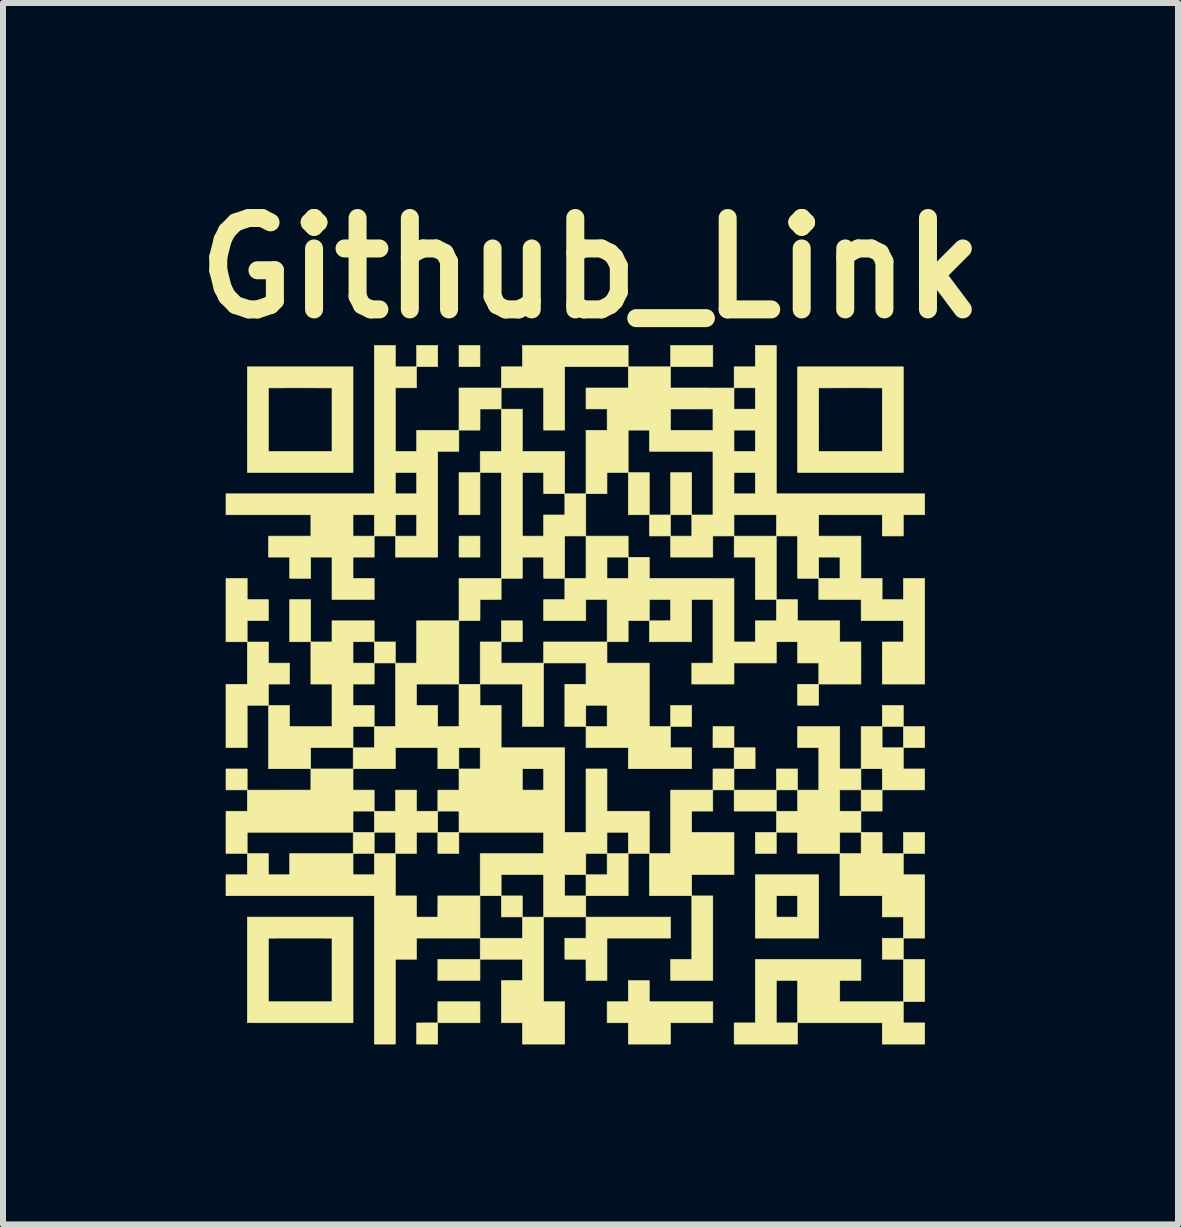
<source format=kicad_pcb>
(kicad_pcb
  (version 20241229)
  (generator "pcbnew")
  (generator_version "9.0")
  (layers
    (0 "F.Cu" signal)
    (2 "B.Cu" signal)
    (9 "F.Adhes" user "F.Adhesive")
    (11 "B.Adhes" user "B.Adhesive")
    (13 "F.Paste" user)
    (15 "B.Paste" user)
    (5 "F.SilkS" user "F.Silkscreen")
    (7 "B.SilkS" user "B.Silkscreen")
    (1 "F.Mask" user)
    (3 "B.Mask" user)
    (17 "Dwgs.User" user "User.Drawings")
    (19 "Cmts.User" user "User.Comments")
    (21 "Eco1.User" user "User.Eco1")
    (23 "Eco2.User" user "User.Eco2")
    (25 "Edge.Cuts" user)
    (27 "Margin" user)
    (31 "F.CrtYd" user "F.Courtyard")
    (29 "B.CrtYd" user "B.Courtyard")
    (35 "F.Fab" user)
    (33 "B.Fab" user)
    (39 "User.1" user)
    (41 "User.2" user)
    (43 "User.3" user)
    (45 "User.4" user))
  (footprint "Github_Link"
    (layer "F.Cu")
    (at 6.539 8.53)
    (property "Reference" "Github_Link" (at 0.254 -7.112 0) (layer "F.SilkS") (effects (font (size 1.524 1.524) (thickness 0.3))))
    (attr through_hole)
    (fp_poly (pts (xy -5.469 1.586) (xy -5.822 1.586) (xy -5.822 1.237) (xy -5.469 1.237) (xy -5.469 1.586)) (stroke (width 0.01) (type solid)) (fill yes) (layer "F.SilkS"))
    (fp_poly (pts (xy -4.411 -0.883) (xy -4.76 -0.883) (xy -4.76 -1.585) (xy -4.411 -1.585) (xy -4.411 -0.883)) (stroke (width 0.01) (type solid)) (fill yes) (layer "F.SilkS"))
    (fp_poly (pts (xy -3 -0.53) (xy -3.349 -0.53) (xy -3.349 -0.88) (xy -3 -0.88) (xy -3 -0.53)) (stroke (width 0.01) (type solid)) (fill yes) (layer "F.SilkS"))
    (fp_poly (pts (xy -1.589 -5.469) (xy -1.938 -5.469) (xy -1.938 -5.822) (xy -1.589 -5.822) (xy -1.589 -5.469)) (stroke (width 0.01) (type solid)) (fill yes) (layer "F.SilkS"))
    (fp_poly (pts (xy -1.589 -3) (xy -1.938 -3) (xy -1.938 -3.702) (xy -1.589 -3.702) (xy -1.589 -3)) (stroke (width 0.01) (type solid)) (fill yes) (layer "F.SilkS"))
    (fp_poly (pts (xy -1.589 4.761) (xy -2.291 4.761) (xy -2.291 4.412) (xy -1.589 4.412) (xy -1.589 4.761)) (stroke (width 0.01) (type solid)) (fill yes) (layer "F.SilkS"))
    (fp_poly (pts (xy -0.883 -0.883) (xy -1.232 -0.883) (xy -1.232 -1.232) (xy -0.883 -1.232) (xy -0.883 -0.883)) (stroke (width 0.01) (type solid)) (fill yes) (layer "F.SilkS"))
    (fp_poly (pts (xy 1.233 -3) (xy 0.884 -3) (xy 0.884 -3.702) (xy 1.233 -3.702) (xy 1.233 -3)) (stroke (width 0.01) (type solid)) (fill yes) (layer "F.SilkS"))
    (fp_poly (pts (xy 1.586 -2.647) (xy 1.237 -2.647) (xy 1.237 -2.996) (xy 1.586 -2.996) (xy 1.586 -2.647)) (stroke (width 0.01) (type solid)) (fill yes) (layer "F.SilkS"))
    (fp_poly (pts (xy 1.939 -3) (xy 1.59 -3) (xy 1.59 -3.702) (xy 1.939 -3.702) (xy 1.939 -3)) (stroke (width 0.01) (type solid)) (fill yes) (layer "F.SilkS"))
    (fp_poly (pts (xy 1.939 0.528) (xy 1.59 0.528) (xy 1.59 0.179) (xy 1.939 0.179) (xy 1.939 0.528)) (stroke (width 0.01) (type solid)) (fill yes) (layer "F.SilkS"))
    (fp_poly (pts (xy 2.292 -5.469) (xy 1.59 -5.469) (xy 1.59 -5.822) (xy 2.292 -5.822) (xy 2.292 -5.469)) (stroke (width 0.01) (type solid)) (fill yes) (layer "F.SilkS"))
    (fp_poly (pts (xy 2.645 1.586) (xy 2.295 1.586) (xy 2.295 1.237) (xy 2.645 1.237) (xy 2.645 1.586)) (stroke (width 0.01) (type solid)) (fill yes) (layer "F.SilkS"))
    (fp_poly (pts (xy 2.997 1.233) (xy 2.648 1.233) (xy 2.648 0.884) (xy 2.997 0.884) (xy 2.997 1.233)) (stroke (width 0.01) (type solid)) (fill yes) (layer "F.SilkS"))
    (fp_poly (pts (xy 3.35 1.939) (xy 2.648 1.939) (xy 2.648 1.59) (xy 3.35 1.59) (xy 3.35 1.939)) (stroke (width 0.01) (type solid)) (fill yes) (layer "F.SilkS"))
    (fp_poly (pts (xy 3.703 1.586) (xy 3.353 1.586) (xy 3.353 1.237) (xy 3.703 1.237) (xy 3.703 1.586)) (stroke (width 0.01) (type solid)) (fill yes) (layer "F.SilkS"))
    (fp_poly (pts (xy 4.056 0.175) (xy 3.706 0.175) (xy 3.706 -0.174) (xy 4.056 -0.174) (xy 4.056 0.175)) (stroke (width 0.01) (type solid)) (fill yes) (layer "F.SilkS"))
    (fp_poly (pts (xy 5.114 1.939) (xy 4.765 1.939) (xy 4.765 1.59) (xy 5.114 1.59) (xy 5.114 1.939)) (stroke (width 0.01) (type solid)) (fill yes) (layer "F.SilkS"))
    (fp_poly (pts (xy 5.467 0.528) (xy 5.117 0.528) (xy 5.117 0.179) (xy 5.467 0.179) (xy 5.467 0.528)) (stroke (width 0.01) (type solid)) (fill yes) (layer "F.SilkS"))
    (fp_poly (pts (xy 5.467 4.408) (xy 5.117 4.408) (xy 5.117 4.059) (xy 5.467 4.059) (xy 5.467 4.408)) (stroke (width 0.01) (type solid)) (fill yes) (layer "F.SilkS"))
    (fp_poly (pts (xy 5.823 0.881) (xy 5.47 0.881) (xy 5.47 0.531) (xy 5.823 0.531) (xy 5.823 0.881)) (stroke (width 0.01) (type solid)) (fill yes) (layer "F.SilkS"))
    (fp_poly (pts (xy 5.823 5.114) (xy 5.47 5.114) (xy 5.47 4.412) (xy 5.823 4.412) (xy 5.823 5.114)) (stroke (width 0.01) (type solid)) (fill yes) (layer "F.SilkS"))
    (fp_poly (pts (xy -2.294 5.823) (xy -2.644 5.823) (xy -2.644 5.647) (xy -2.644 5.471) (xy -2.469 5.47) (xy -2.294 5.47) (xy -2.294 5.823)) (stroke (width 0.01) (type solid)) (fill yes) (layer "F.SilkS"))
    (fp_poly (pts (xy -1.589 -2.294) (xy -1.938 -2.294) (xy -1.938 -2.469) (xy -1.937 -2.644) (xy -1.763 -2.644) (xy -1.589 -2.644) (xy -1.589 -2.294)) (stroke (width 0.01) (type solid)) (fill yes) (layer "F.SilkS"))
    (fp_poly (pts (xy -1.058 3.353) (xy -0.883 3.353) (xy -0.883 3.528) (xy -0.883 3.703) (xy -1.232 3.703) (xy -1.232 3.353) (xy -1.058 3.353)) (stroke (width 0.01) (type solid)) (fill yes) (layer "F.SilkS"))
    (fp_poly (pts (xy 0.881 3.35) (xy 0.179 3.35) (xy 0.179 3.001) (xy 0.531 3.001) (xy 0.531 2.648) (xy 0.881 2.648) (xy 0.881 3.35)) (stroke (width 0.01) (type solid)) (fill yes) (layer "F.SilkS"))
    (fp_poly (pts (xy 3.35 2.47) (xy 3.35 2.645) (xy 3.175 2.645) (xy 3.001 2.645) (xy 3.001 2.295) (xy 3.35 2.295) (xy 3.35 2.47)) (stroke (width 0.01) (type solid)) (fill yes) (layer "F.SilkS"))
    (fp_poly (pts (xy -5.469 -1.585) (xy -5.116 -1.585) (xy -5.116 -1.236) (xy -5.469 -1.236) (xy -5.469 -0.883) (xy -5.822 -0.883) (xy -5.822 -1.938) (xy -5.469 -1.938) (xy -5.469 -1.585)) (stroke (width 0.01) (type solid)) (fill yes) (layer "F.SilkS"))
    (fp_poly (pts (xy -1.236 -4.764) (xy -1.412 -4.763) (xy -1.588 -4.763) (xy -1.588 -4.587) (xy -1.589 -4.411) (xy -1.938 -4.411) (xy -1.938 -5.113) (xy -1.236 -5.113) (xy -1.236 -4.764)) (stroke (width 0.01) (type solid)) (fill yes) (layer "F.SilkS"))
    (fp_poly (pts (xy -1.236 -1.589) (xy -1.412 -1.588) (xy -1.588 -1.588) (xy -1.588 -1.412) (xy -1.589 -1.236) (xy -1.938 -1.236) (xy -1.938 -1.938) (xy -1.236 -1.938) (xy -1.236 -1.589)) (stroke (width 0.01) (type solid)) (fill yes) (layer "F.SilkS"))
    (fp_poly (pts (xy 3.35 -2.116) (xy 3.35 -1.589) (xy 3.001 -1.589) (xy 3.001 -2.294) (xy 2.648 -2.294) (xy 2.648 -2.469) (xy 2.649 -2.644) (xy 3.35 -2.644) (xy 3.35 -2.116)) (stroke (width 0.01) (type solid)) (fill yes) (layer "F.SilkS"))
    (fp_poly (pts (xy 5.114 0.884) (xy 5.467 0.884) (xy 5.467 1.237) (xy 5.823 1.237) (xy 5.823 1.586) (xy 5.117 1.586) (xy 5.117 1.233) (xy 4.765 1.233) (xy 4.765 0.531) (xy 5.114 0.531) (xy 5.114 0.884)) (stroke (width 0.01) (type solid)) (fill yes) (layer "F.SilkS"))
    (fp_poly (pts (xy 4.056 3.528) (xy 4.056 4.056) (xy 3.528 4.056) (xy 3.001 4.056) (xy 3.001 3.35) (xy 3.35 3.35) (xy 3.35 3.706) (xy 3.706 3.706) (xy 3.706 3.35) (xy 3.35 3.35) (xy 3.001 3.35) (xy 3.001 3.001) (xy 4.056 3.001) (xy 4.056 3.528)) (stroke (width 0.01) (type solid)) (fill yes) (layer "F.SilkS"))
    (fp_poly (pts (xy 2.292 1.939) (xy 1.939 1.939) (xy 1.939 2.295) (xy 2.292 2.295) (xy 2.645 2.296) (xy 2.645 2.646) (xy 2.645 2.997) (xy 1.939 2.997) (xy 1.939 3.35) (xy 1.237 3.35) (xy 1.237 2.648) (xy 1.59 2.648) (xy 1.59 1.59) (xy 2.292 1.59) (xy 2.292 1.939)) (stroke (width 0.01) (type solid)) (fill yes) (layer "F.SilkS"))
    (fp_poly (pts (xy -2.647 1.942) (xy -2.47 1.942) (xy -2.294 1.942) (xy -2.294 2.117) (xy -2.294 2.292) (xy -2.647 2.292) (xy -2.647 2.469) (xy -2.647 2.645) (xy -2.822 2.645) (xy -2.996 2.645) (xy -2.996 2.292) (xy -3.349 2.292) (xy -3.349 1.942) (xy -2.996 1.942) (xy -2.996 1.59) (xy -2.647 1.59) (xy -2.647 1.942)) (stroke (width 0.01) (type solid)) (fill yes) (layer "F.SilkS"))
    (fp_poly (pts (xy -3.705 1.59) (xy -3.352 1.59) (xy -3.352 1.764) (xy -3.352 1.939) (xy -3.528 1.939) (xy -3.705 1.939) (xy -3.705 2.292) (xy -5.469 2.292) (xy -5.469 2.469) (xy -5.469 2.645) (xy -5.645 2.645) (xy -5.822 2.645) (xy -5.822 1.942) (xy -5.466 1.942) (xy -5.466 1.766) (xy -5.466 1.59) (xy -4.408 1.589) (xy -4.407 1.413) (xy -4.407 1.237) (xy -3.705 1.237) (xy -3.705 1.59)) (stroke (width 0.01) (type solid)) (fill yes) (layer "F.SilkS"))
    (fp_poly (pts (xy -1.236 -0.527) (xy -0.53 -0.527) (xy -0.53 0.000317) (xy -0.53 0.528) (xy -0.705 0.528) (xy -0.88 0.528) (xy -0.88 0.352) (xy -0.88 0.327) (xy -0.88 0.3) (xy -0.88 0.27) (xy -0.88 0.24) (xy -0.88 0.209) (xy -0.88 0.177) (xy -0.88 0.146) (xy -0.88 0.114) (xy -0.88 0.084) (xy -0.88 0.055) (xy -0.88 0.027) (xy -0.88 0.001) (xy -0.88 -0.001) (xy -0.88 -0.178) (xy -1.585 -0.178) (xy -1.585 -0.88) (xy -1.236 -0.88) (xy -1.236 -0.527)) (stroke (width 0.01) (type solid)) (fill yes) (layer "F.SilkS"))
    (fp_poly (pts (xy 0.881 -5.469) (xy -0.178 -5.469) (xy -0.178 -4.411) (xy -0.527 -4.411) (xy -0.527 -5.116) (xy -0.704 -5.116) (xy -0.729 -5.116) (xy -0.757 -5.116) (xy -0.786 -5.116) (xy -0.816 -5.116) (xy -0.847 -5.116) (xy -0.879 -5.116) (xy -0.91 -5.116) (xy -0.942 -5.116) (xy -0.972 -5.116) (xy -1.001 -5.116) (xy -1.028 -5.116) (xy -1.054 -5.116) (xy -1.056 -5.116) (xy -1.232 -5.116) (xy -1.232 -5.466) (xy -0.88 -5.466) (xy -0.88 -5.822) (xy 0.881 -5.822) (xy 0.881 -5.469)) (stroke (width 0.01) (type solid)) (fill yes) (layer "F.SilkS"))
    (fp_poly (pts (xy -5.116 -0.703) (xy -5.116 -0.527) (xy -4.764 -0.527) (xy -4.764 -0.178) (xy -5.116 -0.178) (xy -5.116 0.175) (xy -5.469 0.175) (xy -5.469 0.881) (xy -5.822 0.881) (xy -5.822 -0.174) (xy -5.466 -0.174) (xy -5.466 -0.351) (xy -5.466 -0.376) (xy -5.466 -0.404) (xy -5.466 -0.433) (xy -5.466 -0.463) (xy -5.466 -0.494) (xy -5.466 -0.526) (xy -5.466 -0.557) (xy -5.466 -0.589) (xy -5.466 -0.619) (xy -5.466 -0.648) (xy -5.466 -0.676) (xy -5.466 -0.701) (xy -5.466 -0.704) (xy -5.465 -0.879) (xy -5.116 -0.879) (xy -5.116 -0.703)) (stroke (width 0.01) (type solid)) (fill yes) (layer "F.SilkS"))
    (fp_poly (pts (xy 1.586 4.056) (xy 1.233 4.056) (xy 1.201 4.056) (xy 1.168 4.056) (xy 1.135 4.056) (xy 1.102 4.056) (xy 1.068 4.056) (xy 1.035 4.056) (xy 1.001 4.056) (xy 0.969 4.056) (xy 0.793 4.056) (xy 0.769 4.056) (xy 0.747 4.056) (xy 0.727 4.056) (xy 0.709 4.056) (xy 0.705 4.056) (xy 0.528 4.056) (xy 0.528 4.761) (xy 0.179 4.761) (xy 0.179 4.585) (xy 0.178 4.409) (xy 0.002 4.408) (xy -0.174 4.408) (xy -0.174 4.059) (xy 0.179 4.059) (xy 0.179 3.706) (xy 1.586 3.706) (xy 1.586 4.056)) (stroke (width 0.01) (type solid)) (fill yes) (layer "F.SilkS"))
    (fp_poly (pts (xy 2.292 4.057) (xy 2.292 4.761) (xy 1.59 4.761) (xy 1.59 4.412) (xy 1.942 4.412) (xy 1.942 4.235) (xy 1.942 4.218) (xy 1.942 4.198) (xy 1.942 4.177) (xy 1.942 4.153) (xy 1.942 4.127) (xy 1.942 4.1) (xy 1.942 4.071) (xy 1.942 4.042) (xy 1.942 4.011) (xy 1.942 3.979) (xy 1.942 3.946) (xy 1.942 3.913) (xy 1.942 3.88) (xy 1.942 3.846) (xy 1.942 3.812) (xy 1.942 3.779) (xy 1.942 3.746) (xy 1.942 3.714) (xy 1.942 3.706) (xy 1.942 3.353) (xy 2.292 3.353) (xy 2.292 4.057)) (stroke (width 0.01) (type solid)) (fill yes) (layer "F.SilkS"))
    (fp_poly (pts (xy -2.294 -5.469) (xy -2.468 -5.469) (xy -2.489 -5.469) (xy -2.509 -5.469) (xy -2.528 -5.469) (xy -2.547 -5.469) (xy -2.564 -5.469) (xy -2.58 -5.469) (xy -2.594 -5.469) (xy -2.607 -5.469) (xy -2.618 -5.469) (xy -2.628 -5.469) (xy -2.635 -5.469) (xy -2.64 -5.469) (xy -2.643 -5.469) (xy -2.643 -5.469) (xy -2.643 -5.471) (xy -2.643 -5.475) (xy -2.644 -5.481) (xy -2.644 -5.489) (xy -2.644 -5.499) (xy -2.644 -5.511) (xy -2.644 -5.524) (xy -2.644 -5.539) (xy -2.644 -5.556) (xy -2.644 -5.573) (xy -2.644 -5.592) (xy -2.644 -5.612) (xy -2.644 -5.632) (xy -2.644 -5.646) (xy -2.644 -5.822) (xy -2.294 -5.822) (xy -2.294 -5.469)) (stroke (width 0.01) (type solid)) (fill yes) (layer "F.SilkS"))
    (fp_poly (pts (xy 5.823 2.645) (xy 5.647 2.645) (xy 5.626 2.645) (xy 5.606 2.645) (xy 5.587 2.645) (xy 5.568 2.645) (xy 5.551 2.645) (xy 5.535 2.645) (xy 5.521 2.645) (xy 5.508 2.645) (xy 5.496 2.645) (xy 5.487 2.645) (xy 5.48 2.645) (xy 5.474 2.645) (xy 5.471 2.645) (xy 5.471 2.645) (xy 5.471 2.643) (xy 5.471 2.639) (xy 5.47 2.633) (xy 5.47 2.625) (xy 5.47 2.615) (xy 5.47 2.603) (xy 5.47 2.59) (xy 5.47 2.575) (xy 5.47 2.559) (xy 5.47 2.541) (xy 5.47 2.522) (xy 5.47 2.503) (xy 5.47 2.482) (xy 5.47 2.469) (xy 5.47 2.295) (xy 5.823 2.295) (xy 5.823 2.645)) (stroke (width 0.01) (type solid)) (fill yes) (layer "F.SilkS"))
    (fp_poly (pts (xy -3.527 2.295) (xy -3.352 2.296) (xy -3.352 2.645) (xy -3.526 2.645) (xy -3.547 2.645) (xy -3.567 2.645) (xy -3.586 2.645) (xy -3.605 2.645) (xy -3.622 2.645) (xy -3.638 2.645) (xy -3.652 2.645) (xy -3.665 2.645) (xy -3.676 2.645) (xy -3.686 2.645) (xy -3.693 2.645) (xy -3.698 2.645) (xy -3.701 2.645) (xy -3.701 2.645) (xy -3.701 2.643) (xy -3.701 2.639) (xy -3.701 2.633) (xy -3.702 2.625) (xy -3.702 2.615) (xy -3.702 2.603) (xy -3.702 2.59) (xy -3.702 2.575) (xy -3.702 2.559) (xy -3.702 2.541) (xy -3.702 2.522) (xy -3.702 2.503) (xy -3.702 2.482) (xy -3.702 2.469) (xy -3.702 2.295) (xy -3.527 2.295)) (stroke (width 0.01) (type solid)) (fill yes) (layer "F.SilkS"))
    (fp_poly (pts (xy -2.116 2.295) (xy -1.941 2.296) (xy -1.941 2.645) (xy -2.115 2.645) (xy -2.136 2.645) (xy -2.156 2.645) (xy -2.176 2.645) (xy -2.194 2.645) (xy -2.211 2.645) (xy -2.227 2.645) (xy -2.241 2.645) (xy -2.254 2.645) (xy -2.265 2.645) (xy -2.275 2.645) (xy -2.282 2.645) (xy -2.287 2.645) (xy -2.29 2.645) (xy -2.29 2.645) (xy -2.29 2.643) (xy -2.29 2.639) (xy -2.291 2.633) (xy -2.291 2.625) (xy -2.291 2.615) (xy -2.291 2.603) (xy -2.291 2.59) (xy -2.291 2.575) (xy -2.291 2.559) (xy -2.291 2.541) (xy -2.291 2.522) (xy -2.291 2.503) (xy -2.291 2.482) (xy -2.291 2.469) (xy -2.291 2.295) (xy -2.116 2.295)) (stroke (width 0.01) (type solid)) (fill yes) (layer "F.SilkS"))
    (fp_poly (pts (xy 2.645 0.881) (xy 2.47 0.881) (xy 2.445 0.881) (xy 2.422 0.881) (xy 2.401 0.881) (xy 2.383 0.881) (xy 2.367 0.881) (xy 2.352 0.881) (xy 2.34 0.881) (xy 2.329 0.881) (xy 2.32 0.881) (xy 2.313 0.881) (xy 2.307 0.881) (xy 2.302 0.881) (xy 2.299 0.88) (xy 2.297 0.88) (xy 2.296 0.88) (xy 2.295 0.88) (xy 2.295 0.878) (xy 2.295 0.875) (xy 2.295 0.868) (xy 2.295 0.86) (xy 2.295 0.85) (xy 2.295 0.838) (xy 2.295 0.825) (xy 2.295 0.81) (xy 2.295 0.793) (xy 2.295 0.775) (xy 2.295 0.757) (xy 2.295 0.737) (xy 2.295 0.717) (xy 2.295 0.705) (xy 2.296 0.531) (xy 2.645 0.531) (xy 2.645 0.881)) (stroke (width 0.01) (type solid)) (fill yes) (layer "F.SilkS"))
    (fp_poly (pts (xy -0.53 4.235) (xy -0.53 4.274) (xy -0.53 4.312) (xy -0.53 4.351) (xy -0.53 4.39) (xy -0.53 4.428) (xy -0.53 4.466) (xy -0.53 4.504) (xy -0.53 4.541) (xy -0.53 4.577) (xy -0.53 4.612) (xy -0.53 4.647) (xy -0.53 4.68) (xy -0.53 4.713) (xy -0.53 4.744) (xy -0.53 4.773) (xy -0.53 4.801) (xy -0.53 4.828) (xy -0.53 4.852) (xy -0.53 4.875) (xy -0.53 4.895) (xy -0.53 4.913) (xy -0.53 4.929) (xy -0.53 4.941) (xy -0.53 5.117) (xy -0.178 5.117) (xy -0.178 5.823) (xy -0.88 5.823) (xy -0.88 5.467) (xy -1.232 5.467) (xy -1.232 4.765) (xy -0.88 4.765) (xy -0.88 4.408) (xy -1.585 4.408) (xy -1.585 4.059) (xy -0.88 4.059) (xy -0.88 3.883) (xy -0.879 3.706) (xy -0.53 3.706) (xy -0.53 4.235)) (stroke (width 0.01) (type solid)) (fill yes) (layer "F.SilkS"))
    (fp_poly (pts (xy -1.589 5.467) (xy -1.939 5.467) (xy -1.976 5.467) (xy -2.01 5.467) (xy -2.042 5.467) (xy -2.071 5.467) (xy -2.098 5.467) (xy -2.123 5.467) (xy -2.146 5.467) (xy -2.167 5.467) (xy -2.186 5.467) (xy -2.203 5.467) (xy -2.218 5.467) (xy -2.232 5.467) (xy -2.244 5.467) (xy -2.254 5.467) (xy -2.263 5.467) (xy -2.271 5.467) (xy -2.277 5.466) (xy -2.282 5.466) (xy -2.286 5.466) (xy -2.288 5.466) (xy -2.29 5.466) (xy -2.29 5.466) (xy -2.29 5.466) (xy -2.291 5.464) (xy -2.291 5.46) (xy -2.291 5.454) (xy -2.291 5.446) (xy -2.291 5.436) (xy -2.291 5.424) (xy -2.291 5.411) (xy -2.291 5.396) (xy -2.291 5.379) (xy -2.291 5.361) (xy -2.291 5.343) (xy -2.291 5.323) (xy -2.291 5.303) (xy -2.291 5.291) (xy -2.29 5.117) (xy -1.94 5.117) (xy -1.589 5.117) (xy -1.589 5.467)) (stroke (width 0.01) (type solid)) (fill yes) (layer "F.SilkS"))
    (fp_poly (pts (xy 5.114 2.648) (xy 5.467 2.648) (xy 5.467 3.001) (xy 5.823 3.001) (xy 5.823 4.056) (xy 5.647 4.056) (xy 5.626 4.056) (xy 5.606 4.056) (xy 5.587 4.056) (xy 5.568 4.056) (xy 5.551 4.056) (xy 5.535 4.056) (xy 5.521 4.056) (xy 5.508 4.056) (xy 5.496 4.056) (xy 5.487 4.056) (xy 5.48 4.056) (xy 5.474 4.056) (xy 5.471 4.056) (xy 5.471 4.056) (xy 5.471 4.054) (xy 5.471 4.05) (xy 5.47 4.044) (xy 5.47 4.036) (xy 5.47 4.026) (xy 5.47 4.014) (xy 5.47 4.001) (xy 5.47 3.986) (xy 5.47 3.969) (xy 5.47 3.952) (xy 5.47 3.933) (xy 5.47 3.913) (xy 5.47 3.893) (xy 5.47 3.879) (xy 5.47 3.703) (xy 5.294 3.703) (xy 5.117 3.703) (xy 5.117 3.526) (xy 5.117 3.35) (xy 4.412 3.35) (xy 4.412 2.648) (xy 4.765 2.648) (xy 4.765 2.295) (xy 5.114 2.295) (xy 5.114 2.648)) (stroke (width 0.01) (type solid)) (fill yes) (layer "F.SilkS"))
    (fp_poly (pts (xy -5.116 3.001) (xy -4.76 3.001) (xy -4.76 2.648) (xy -3.705 2.648) (xy -3.705 3.001) (xy -3.349 3.001) (xy -3.349 2.648) (xy -3 2.648) (xy -3 3.353) (xy -2.824 3.353) (xy -2.647 3.353) (xy -2.647 3.53) (xy -2.647 3.706) (xy -2.291 3.706) (xy -2.291 3.53) (xy -2.29 3.353) (xy -1.94 3.353) (xy -1.589 3.353) (xy -1.589 4.056) (xy -1.941 4.056) (xy -1.973 4.056) (xy -2.006 4.056) (xy -2.039 4.056) (xy -2.073 4.056) (xy -2.106 4.056) (xy -2.14 4.056) (xy -2.173 4.056) (xy -2.206 4.056) (xy -2.382 4.056) (xy -2.406 4.056) (xy -2.428 4.056) (xy -2.448 4.056) (xy -2.466 4.056) (xy -2.47 4.056) (xy -2.647 4.056) (xy -2.647 4.408) (xy -3 4.408) (xy -3 5.823) (xy -3.349 5.823) (xy -3.349 3.35) (xy -5.822 3.35) (xy -5.822 3.001) (xy -5.466 3.001) (xy -5.466 2.648) (xy -5.116 2.648) (xy -5.116 3.001)) (stroke (width 0.01) (type solid)) (fill yes) (layer "F.SilkS"))
    (fp_poly (pts (xy -0.883 -4.055) (xy -0.706 -4.055) (xy -0.681 -4.055) (xy -0.654 -4.055) (xy -0.625 -4.055) (xy -0.594 -4.055) (xy -0.563 -4.055) (xy -0.531 -4.055) (xy -0.5 -4.055) (xy -0.468 -4.055) (xy -0.438 -4.055) (xy -0.409 -4.055) (xy -0.381 -4.055) (xy -0.356 -4.055) (xy -0.354 -4.055) (xy -0.178 -4.055) (xy -0.178 -3.352) (xy -0.352 -3.352) (xy -0.526 -3.352) (xy -0.527 -3.528) (xy -0.527 -3.705) (xy -0.883 -3.705) (xy -0.883 -2.644) (xy -0.527 -2.644) (xy -0.527 -2.996) (xy -0.174 -2.996) (xy -0.174 -3.349) (xy 0.175 -3.349) (xy 0.175 -2.647) (xy -0.178 -2.647) (xy -0.178 -1.941) (xy -0.352 -1.941) (xy -0.526 -1.941) (xy -0.527 -2.117) (xy -0.527 -2.294) (xy -0.883 -2.294) (xy -0.883 -2.117) (xy -0.883 -1.941) (xy -1.058 -1.941) (xy -1.232 -1.941) (xy -1.232 -3.705) (xy -1.585 -3.705) (xy -1.585 -4.055) (xy -1.232 -4.055) (xy -1.232 -4.76) (xy -0.883 -4.76) (xy -0.883 -4.055)) (stroke (width 0.01) (type solid)) (fill yes) (layer "F.SilkS"))
    (fp_poly (pts (xy 1.233 5.117) (xy 1.41 5.117) (xy 1.427 5.117) (xy 1.447 5.117) (xy 1.469 5.117) (xy 1.492 5.117) (xy 1.518 5.117) (xy 1.545 5.117) (xy 1.574 5.117) (xy 1.604 5.117) (xy 1.635 5.117) (xy 1.666 5.117) (xy 1.699 5.117) (xy 1.732 5.117) (xy 1.766 5.117) (xy 1.799 5.117) (xy 1.833 5.117) (xy 1.866 5.117) (xy 1.899 5.117) (xy 1.931 5.117) (xy 1.939 5.117) (xy 2.292 5.117) (xy 2.292 5.467) (xy 2.116 5.467) (xy 2.091 5.467) (xy 2.063 5.467) (xy 2.034 5.467) (xy 2.004 5.467) (xy 1.973 5.467) (xy 1.941 5.467) (xy 1.91 5.467) (xy 1.878 5.467) (xy 1.848 5.467) (xy 1.819 5.467) (xy 1.791 5.467) (xy 1.766 5.467) (xy 1.763 5.467) (xy 1.586 5.467) (xy 1.586 5.823) (xy 0.884 5.823) (xy 0.884 5.467) (xy 0.708 5.467) (xy 0.531 5.467) (xy 0.531 5.117) (xy 0.708 5.117) (xy 0.884 5.117) (xy 0.884 4.765) (xy 1.233 4.765) (xy 1.233 5.117)) (stroke (width 0.01) (type solid)) (fill yes) (layer "F.SilkS"))
    (fp_poly (pts (xy 0.528 -0.527) (xy 1.233 -0.527) (xy 1.233 0.531) (xy 1.586 0.531) (xy 1.586 0.884) (xy 1.939 0.884) (xy 1.939 1.233) (xy 0.884 1.233) (xy 0.884 0.881) (xy 0.707 0.881) (xy 0.682 0.881) (xy 0.654 0.881) (xy 0.625 0.881) (xy 0.595 0.881) (xy 0.564 0.881) (xy 0.532 0.881) (xy 0.501 0.881) (xy 0.469 0.881) (xy 0.439 0.881) (xy 0.41 0.881) (xy 0.383 0.881) (xy 0.357 0.881) (xy 0.355 0.881) (xy 0.179 0.881) (xy 0.179 0.531) (xy 0.531 0.531) (xy 0.531 0.175) (xy 0.175 0.175) (xy 0.175 0.528) (xy -0.174 0.528) (xy -0.174 -0.174) (xy 0.179 -0.174) (xy 0.179 -0.53) (xy 0.002 -0.53) (xy -0.023 -0.53) (xy -0.051 -0.53) (xy -0.08 -0.53) (xy -0.11 -0.53) (xy -0.141 -0.53) (xy -0.173 -0.53) (xy -0.205 -0.53) (xy -0.236 -0.53) (xy -0.266 -0.53) (xy -0.295 -0.53) (xy -0.323 -0.53) (xy -0.348 -0.53) (xy -0.351 -0.53) (xy -0.527 -0.53) (xy -0.527 -0.88) (xy 0.528 -0.88) (xy 0.528 -0.527)) (stroke (width 0.01) (type solid)) (fill yes) (layer "F.SilkS"))
    (fp_poly (pts (xy 4.408 1.237) (xy 4.761 1.237) (xy 4.761 1.586) (xy 4.408 1.586) (xy 4.408 1.942) (xy 4.761 1.942) (xy 4.761 2.292) (xy 4.408 2.292) (xy 4.408 2.645) (xy 4.058 2.645) (xy 4.028 2.645) (xy 3.999 2.645) (xy 3.971 2.645) (xy 3.944 2.645) (xy 3.917 2.645) (xy 3.892 2.645) (xy 3.868 2.645) (xy 3.845 2.645) (xy 3.823 2.645) (xy 3.803 2.645) (xy 3.785 2.645) (xy 3.768 2.645) (xy 3.753 2.645) (xy 3.74 2.645) (xy 3.729 2.645) (xy 3.72 2.645) (xy 3.713 2.645) (xy 3.709 2.645) (xy 3.707 2.645) (xy 3.707 2.645) (xy 3.707 2.643) (xy 3.707 2.639) (xy 3.706 2.633) (xy 3.706 2.625) (xy 3.706 2.615) (xy 3.706 2.603) (xy 3.706 2.59) (xy 3.706 2.575) (xy 3.706 2.558) (xy 3.706 2.541) (xy 3.706 2.522) (xy 3.706 2.502) (xy 3.706 2.482) (xy 3.706 2.468) (xy 3.706 2.292) (xy 3.53 2.292) (xy 3.353 2.292) (xy 3.353 1.942) (xy 3.53 1.942) (xy 3.706 1.942) (xy 3.706 1.59) (xy 4.059 1.59) (xy 4.059 0.881) (xy 3.883 0.881) (xy 3.706 0.881) (xy 3.706 0.531) (xy 4.057 0.531) (xy 4.408 0.531) (xy 4.408 1.237)) (stroke (width 0.01) (type solid)) (fill yes) (layer "F.SilkS"))
    (fp_poly (pts (xy 4.761 4.761) (xy 4.408 4.761) (xy 4.408 5.117) (xy 4.585 5.117) (xy 4.602 5.117) (xy 4.622 5.117) (xy 4.644 5.117) (xy 4.667 5.117) (xy 4.693 5.117) (xy 4.72 5.117) (xy 4.749 5.117) (xy 4.779 5.117) (xy 4.81 5.117) (xy 4.841 5.117) (xy 4.874 5.117) (xy 4.907 5.117) (xy 4.941 5.117) (xy 4.974 5.117) (xy 5.008 5.117) (xy 5.041 5.117) (xy 5.074 5.117) (xy 5.106 5.117) (xy 5.114 5.117) (xy 5.467 5.117) (xy 5.467 5.294) (xy 5.467 5.47) (xy 5.823 5.47) (xy 5.823 5.823) (xy 5.117 5.823) (xy 5.117 5.467) (xy 4.941 5.467) (xy 4.927 5.467) (xy 4.91 5.467) (xy 4.892 5.467) (xy 4.871 5.467) (xy 4.848 5.467) (xy 4.823 5.467) (xy 4.796 5.467) (xy 4.768 5.467) (xy 4.738 5.467) (xy 4.707 5.467) (xy 4.674 5.467) (xy 4.641 5.467) (xy 4.606 5.467) (xy 4.57 5.467) (xy 4.534 5.467) (xy 4.497 5.467) (xy 4.459 5.467) (xy 4.421 5.467) (xy 4.383 5.467) (xy 4.344 5.467) (xy 4.305 5.467) (xy 4.267 5.467) (xy 4.235 5.467) (xy 3.706 5.467) (xy 3.706 5.114) (xy 3.706 4.761) (xy 3.35 4.761) (xy 3.35 5.47) (xy 3.703 5.47) (xy 3.703 5.823) (xy 2.648 5.823) (xy 2.648 5.47) (xy 3.001 5.47) (xy 3.001 4.412) (xy 4.761 4.412) (xy 4.761 4.761)) (stroke (width 0.01) (type solid)) (fill yes) (layer "F.SilkS"))
    (fp_poly (pts (xy -3.352 -1.058) (xy -3.352 -0.883) (xy -3.528 -0.883) (xy -3.705 -0.883) (xy -3.705 -0.527) (xy -3.528 -0.527) (xy -3.352 -0.526) (xy -3.352 -0.352) (xy -3.352 -0.178) (xy -3.705 -0.178) (xy -3.705 0.179) (xy -3.352 0.179) (xy -3.352 0.353) (xy -3.352 0.528) (xy -3.528 0.528) (xy -3.705 0.528) (xy -3.705 0.705) (xy -3.705 0.881) (xy -3.881 0.881) (xy -3.906 0.881) (xy -3.934 0.881) (xy -3.963 0.881) (xy -3.993 0.881) (xy -4.024 0.881) (xy -4.056 0.881) (xy -4.087 0.881) (xy -4.119 0.881) (xy -4.149 0.881) (xy -4.178 0.881) (xy -4.206 0.881) (xy -4.231 0.881) (xy -4.234 0.881) (xy -4.411 0.881) (xy -4.411 1.233) (xy -5.113 1.233) (xy -5.113 0.179) (xy -4.764 0.179) (xy -4.764 0.531) (xy -4.586 0.531) (xy -4.56 0.531) (xy -4.533 0.531) (xy -4.504 0.531) (xy -4.473 0.531) (xy -4.442 0.531) (xy -4.411 0.531) (xy -4.379 0.531) (xy -4.348 0.531) (xy -4.317 0.531) (xy -4.288 0.531) (xy -4.261 0.531) (xy -4.235 0.531) (xy -4.231 0.531) (xy -4.055 0.531) (xy -4.055 0.355) (xy -4.055 0.33) (xy -4.055 0.302) (xy -4.055 0.273) (xy -4.055 0.243) (xy -4.055 0.212) (xy -4.055 0.18) (xy -4.055 0.149) (xy -4.055 0.117) (xy -4.055 0.087) (xy -4.055 0.058) (xy -4.055 0.03) (xy -4.055 0.004) (xy -4.055 0.000317) (xy -4.055 -0.178) (xy -4.407 -0.178) (xy -4.407 -0.88) (xy -4.055 -0.88) (xy -4.055 -1.232) (xy -3.352 -1.232) (xy -3.352 -1.058)) (stroke (width 0.01) (type solid)) (fill yes) (layer "F.SilkS"))
    (fp_poly (pts (xy -3 -5.466) (xy -2.647 -5.466) (xy -2.647 -5.116) (xy -3 -5.116) (xy -3 -4.055) (xy -2.644 -4.055) (xy -2.644 -4.407) (xy -1.941 -4.407) (xy -1.941 -4.233) (xy -1.941 -4.058) (xy -2.117 -4.058) (xy -2.294 -4.058) (xy -2.294 -2.294) (xy -2.996 -2.294) (xy -2.996 -2.644) (xy -2.644 -2.644) (xy -2.644 -3) (xy -3 -3) (xy -3 -2.647) (xy -3.349 -2.647) (xy -3.349 -3) (xy -3.705 -3) (xy -3.705 -2.644) (xy -3.528 -2.644) (xy -3.352 -2.644) (xy -3.352 -2.294) (xy -3.528 -2.294) (xy -3.705 -2.294) (xy -3.705 -1.938) (xy -3.528 -1.938) (xy -3.352 -1.937) (xy -3.352 -1.763) (xy -3.352 -1.589) (xy -4.055 -1.589) (xy -4.055 -1.765) (xy -4.055 -1.79) (xy -4.055 -1.818) (xy -4.055 -1.847) (xy -4.055 -1.877) (xy -4.055 -1.908) (xy -4.055 -1.94) (xy -4.055 -1.972) (xy -4.055 -2.003) (xy -4.055 -2.034) (xy -4.055 -2.063) (xy -4.055 -2.09) (xy -4.055 -2.116) (xy -4.055 -2.117) (xy -4.055 -2.294) (xy -4.411 -2.294) (xy -4.411 -1.941) (xy -4.76 -1.941) (xy -4.76 -2.294) (xy -5.113 -2.294) (xy -5.113 -2.469) (xy -5.112 -2.644) (xy -4.936 -2.644) (xy -4.911 -2.644) (xy -4.884 -2.644) (xy -4.855 -2.644) (xy -4.825 -2.644) (xy -4.794 -2.644) (xy -4.762 -2.644) (xy -4.73 -2.644) (xy -4.699 -2.644) (xy -4.669 -2.644) (xy -4.639 -2.644) (xy -4.612 -2.644) (xy -4.586 -2.644) (xy -4.584 -2.644) (xy -4.407 -2.644) (xy -4.407 -3) (xy -5.822 -3) (xy -5.822 -3.349) (xy -3.349 -3.349) (xy -3.349 -3.705) (xy -3 -3.705) (xy -3 -3.349) (xy -2.644 -3.349) (xy -2.644 -3.705) (xy -3 -3.705) (xy -3.349 -3.705) (xy -3.349 -5.822) (xy -3 -5.822) (xy -3 -5.466)) (stroke (width 0.01) (type solid)) (fill yes) (layer "F.SilkS"))
    (fp_poly (pts (xy 0.53 -2.644) (xy 0.881 -2.644) (xy 0.881 -2.469) (xy 0.881 -2.294) (xy 0.528 -2.294) (xy 0.528 -1.938) (xy 0.884 -1.938) (xy 0.884 -2.291) (xy 1.233 -2.291) (xy 1.233 -1.938) (xy 1.939 -1.938) (xy 2.645 -1.937) (xy 2.645 -1.585) (xy 2.645 -1.553) (xy 2.645 -1.52) (xy 2.645 -1.487) (xy 2.645 -1.453) (xy 2.645 -1.42) (xy 2.645 -1.386) (xy 2.645 -1.353) (xy 2.645 -1.32) (xy 2.645 -1.288) (xy 2.645 -1.257) (xy 2.645 -1.227) (xy 2.645 -1.198) (xy 2.645 -1.171) (xy 2.645 -1.145) (xy 2.645 -1.12) (xy 2.645 -1.098) (xy 2.645 -1.078) (xy 2.645 -1.06) (xy 2.645 -1.056) (xy 2.645 -0.88) (xy 3.001 -0.88) (xy 3.001 -1.232) (xy 3.353 -1.232) (xy 3.353 -1.585) (xy 3.703 -1.585) (xy 3.703 -1.232) (xy 4.408 -1.232) (xy 4.408 -0.88) (xy 4.761 -0.88) (xy 4.761 -0.178) (xy 4.059 -0.178) (xy 4.059 -0.53) (xy 3.883 -0.53) (xy 3.706 -0.53) (xy 3.706 -0.706) (xy 3.706 -0.883) (xy 3.35 -0.883) (xy 3.35 -0.53) (xy 3.174 -0.53) (xy 3.149 -0.53) (xy 3.121 -0.53) (xy 3.092 -0.53) (xy 3.062 -0.53) (xy 3.031 -0.53) (xy 2.999 -0.53) (xy 2.967 -0.53) (xy 2.936 -0.53) (xy 2.906 -0.53) (xy 2.876 -0.53) (xy 2.849 -0.53) (xy 2.823 -0.53) (xy 2.822 -0.53) (xy 2.645 -0.53) (xy 2.645 -0.178) (xy 1.942 -0.178) (xy 1.942 -0.352) (xy 1.942 -0.526) (xy 2.119 -0.527) (xy 2.295 -0.527) (xy 2.295 -1.589) (xy 1.939 -1.589) (xy 1.939 -0.883) (xy 1.237 -0.883) (xy 1.237 -1.232) (xy 1.413 -1.232) (xy 1.589 -1.233) (xy 1.589 -1.588) (xy 1.234 -1.588) (xy 1.233 -1.412) (xy 1.233 -1.236) (xy 0.881 -1.236) (xy 0.881 -0.883) (xy 0.531 -0.883) (xy 0.531 -1.059) (xy 0.531 -1.084) (xy 0.531 -1.111) (xy 0.531 -1.141) (xy 0.531 -1.171) (xy 0.531 -1.202) (xy 0.531 -1.234) (xy 0.531 -1.265) (xy 0.531 -1.297) (xy 0.531 -1.327) (xy 0.531 -1.356) (xy 0.531 -1.384) (xy 0.531 -1.41) (xy 0.531 -1.412) (xy 0.531 -1.589) (xy 0.175 -1.589) (xy 0.175 -1.236) (xy -0.527 -1.236) (xy -0.527 -1.585) (xy -0.174 -1.585) (xy -0.174 -1.938) (xy 0.179 -1.938) (xy 0.179 -2.644) (xy 0.53 -2.644)) (stroke (width 0.01) (type solid)) (fill yes) (layer "F.SilkS"))
    (fp_poly (pts (xy -1.941 -0.178) (xy -2.647 -0.178) (xy -2.647 0.179) (xy -2.294 0.179) (xy -2.294 0.531) (xy -1.938 0.531) (xy -1.938 -0.174) (xy -1.589 -0.174) (xy -1.588 0.002) (xy -1.588 0.178) (xy -1.412 0.179) (xy -1.236 0.179) (xy -1.236 0.884) (xy -0.178 0.884) (xy -0.178 2.295) (xy 0.179 2.295) (xy 0.179 1.237) (xy 0.528 1.237) (xy 0.528 1.942) (xy 0.705 1.942) (xy 0.73 1.942) (xy 0.757 1.942) (xy 0.786 1.942) (xy 0.817 1.942) (xy 0.848 1.942) (xy 0.88 1.942) (xy 0.911 1.942) (xy 0.943 1.942) (xy 0.973 1.942) (xy 1.002 1.942) (xy 1.03 1.942) (xy 1.055 1.942) (xy 1.057 1.942) (xy 1.233 1.942) (xy 1.233 2.645) (xy 1.059 2.645) (xy 0.885 2.645) (xy 0.884 2.469) (xy 0.884 2.292) (xy 0.528 2.292) (xy 0.528 2.469) (xy 0.528 2.645) (xy 0.351 2.645) (xy 0.175 2.645) (xy 0.175 2.997) (xy -0.001 2.998) (xy -0.177 2.998) (xy -0.177 3.175) (xy -0.178 3.353) (xy 0.175 3.353) (xy 0.175 3.703) (xy -0.527 3.703) (xy -0.527 2.997) (xy -1.236 2.997) (xy -1.236 3.35) (xy -1.585 3.35) (xy -1.585 2.648) (xy -0.527 2.648) (xy -0.527 2.292) (xy -1.938 2.292) (xy -1.938 1.939) (xy -2.291 1.939) (xy -2.291 1.59) (xy -1.938 1.59) (xy -1.938 1.237) (xy -1.585 1.237) (xy -1.585 1.233) (xy -0.883 1.233) (xy -0.883 1.59) (xy -0.527 1.59) (xy -0.527 1.233) (xy -0.883 1.233) (xy -1.585 1.233) (xy -1.585 0.881) (xy -1.941 0.881) (xy -1.941 1.233) (xy -2.291 1.233) (xy -2.291 0.881) (xy -2.468 0.881) (xy -2.494 0.881) (xy -2.521 0.881) (xy -2.55 0.881) (xy -2.581 0.881) (xy -2.612 0.881) (xy -2.644 0.881) (xy -2.676 0.881) (xy -2.707 0.881) (xy -2.737 0.881) (xy -2.767 0.881) (xy -2.794 0.881) (xy -2.82 0.881) (xy -2.823 0.881) (xy -3 0.881) (xy -3 1.233) (xy -3.702 1.233) (xy -3.702 0.884) (xy -3.349 0.884) (xy -3.349 0.531) (xy -2.996 0.531) (xy -2.996 -0.527) (xy -2.644 -0.527) (xy -2.644 -0.703) (xy -2.644 -0.729) (xy -2.644 -0.756) (xy -2.644 -0.785) (xy -2.644 -0.815) (xy -2.644 -0.847) (xy -2.644 -0.878) (xy -2.644 -0.91) (xy -2.644 -0.941) (xy -2.644 -0.972) (xy -2.644 -1.001) (xy -2.644 -1.029) (xy -2.644 -1.054) (xy -2.644 -1.056) (xy -2.644 -1.232) (xy -1.941 -1.232) (xy -1.941 -0.178)) (stroke (width 0.01) (type solid)) (fill yes) (layer "F.SilkS"))
    (fp_poly (pts (xy 3.35 -3.349) (xy 5.823 -3.349) (xy 5.823 -3) (xy 5.467 -3) (xy 5.467 -2.647) (xy 5.117 -2.647) (xy 5.117 -3) (xy 4.056 -3) (xy 4.056 -2.644) (xy 4.233 -2.644) (xy 4.258 -2.644) (xy 4.285 -2.644) (xy 4.314 -2.644) (xy 4.345 -2.644) (xy 4.376 -2.644) (xy 4.408 -2.644) (xy 4.439 -2.644) (xy 4.47 -2.644) (xy 4.501 -2.644) (xy 4.53 -2.644) (xy 4.558 -2.644) (xy 4.583 -2.644) (xy 4.585 -2.644) (xy 4.761 -2.644) (xy 4.761 -2.291) (xy 4.761 -1.938) (xy 5.114 -1.938) (xy 5.114 -1.585) (xy 5.47 -1.585) (xy 5.47 -1.938) (xy 5.823 -1.938) (xy 5.823 -0.178) (xy 5.117 -0.178) (xy 5.117 -0.529) (xy 5.117 -0.879) (xy 5.294 -0.88) (xy 5.47 -0.88) (xy 5.47 -1.236) (xy 4.765 -1.236) (xy 4.765 -1.412) (xy 4.764 -1.588) (xy 4.412 -1.588) (xy 4.059 -1.589) (xy 4.059 -1.938) (xy 4.412 -1.938) (xy 4.412 -2.294) (xy 4.056 -2.294) (xy 4.056 -2.117) (xy 4.056 -1.941) (xy 3.706 -1.941) (xy 3.706 -2.294) (xy 3.706 -2.647) (xy 3.53 -2.647) (xy 3.353 -2.647) (xy 3.353 -2.824) (xy 3.353 -3) (xy 2.645 -3) (xy 2.645 -2.824) (xy 2.645 -2.647) (xy 2.469 -2.647) (xy 2.292 -2.647) (xy 2.292 -2.294) (xy 1.59 -2.294) (xy 1.59 -2.644) (xy 1.942 -2.644) (xy 1.942 -2.996) (xy 2.295 -2.996) (xy 2.295 -3.705) (xy 2.645 -3.705) (xy 2.645 -3.349) (xy 3.001 -3.349) (xy 3.001 -3.705) (xy 2.645 -3.705) (xy 2.295 -3.705) (xy 2.295 -4.058) (xy 1.237 -4.058) (xy 1.237 -4.407) (xy 1.586 -4.407) (xy 2.295 -4.407) (xy 2.295 -4.411) (xy 2.645 -4.411) (xy 2.645 -4.055) (xy 3.001 -4.055) (xy 3.001 -4.411) (xy 2.645 -4.411) (xy 2.295 -4.411) (xy 2.295 -4.764) (xy 1.941 -4.763) (xy 1.587 -4.763) (xy 1.587 -4.585) (xy 1.586 -4.407) (xy 1.237 -4.407) (xy 1.237 -4.411) (xy 0.881 -4.411) (xy 0.881 -4.234) (xy 0.881 -4.209) (xy 0.881 -4.181) (xy 0.881 -4.152) (xy 0.881 -4.122) (xy 0.881 -4.091) (xy 0.881 -4.059) (xy 0.881 -4.027) (xy 0.881 -3.996) (xy 0.881 -3.966) (xy 0.881 -3.936) (xy 0.881 -3.909) (xy 0.881 -3.884) (xy 0.881 -3.881) (xy 0.881 -3.705) (xy 0.705 -3.705) (xy 0.528 -3.705) (xy 0.528 -3.528) (xy 0.528 -3.352) (xy 0.353 -3.352) (xy 0.179 -3.352) (xy 0.179 -4.407) (xy 0.531 -4.407) (xy 0.531 -4.764) (xy 0.179 -4.764) (xy 0.179 -5.113) (xy 0.884 -5.113) (xy 0.884 -5.466) (xy 1.586 -5.466) (xy 1.586 -5.113) (xy 2.116 -5.113) (xy 2.645 -5.112) (xy 2.645 -4.936) (xy 2.645 -4.76) (xy 3.001 -4.76) (xy 3.001 -5.116) (xy 2.648 -5.116) (xy 2.648 -5.466) (xy 3.001 -5.466) (xy 3.001 -5.822) (xy 3.35 -5.822) (xy 3.35 -3.349)) (stroke (width 0.01) (type solid)) (fill yes) (layer "F.SilkS"))
    (fp_poly (pts (xy 5.467 -3.705) (xy 4.587 -3.705) (xy 4.528 -3.705) (xy 4.472 -3.705) (xy 4.419 -3.705) (xy 4.367 -3.705) (xy 4.319 -3.705) (xy 4.272 -3.705) (xy 4.228 -3.705) (xy 4.185 -3.705) (xy 4.146 -3.705) (xy 4.108 -3.705) (xy 4.072 -3.705) (xy 4.038 -3.705) (xy 4.006 -3.705) (xy 3.976 -3.705) (xy 3.948 -3.705) (xy 3.922 -3.705) (xy 3.898 -3.705) (xy 3.875 -3.705) (xy 3.854 -3.705) (xy 3.835 -3.705) (xy 3.817 -3.705) (xy 3.8 -3.705) (xy 3.786 -3.705) (xy 3.772 -3.705) (xy 3.76 -3.705) (xy 3.75 -3.705) (xy 3.74 -3.705) (xy 3.732 -3.706) (xy 3.725 -3.706) (xy 3.72 -3.706) (xy 3.715 -3.706) (xy 3.711 -3.706) (xy 3.709 -3.706) (xy 3.707 -3.706) (xy 3.706 -3.706) (xy 3.706 -3.706) (xy 3.706 -3.708) (xy 3.706 -3.711) (xy 3.706 -3.718) (xy 3.706 -3.726) (xy 3.706 -3.737) (xy 3.706 -3.75) (xy 3.706 -3.765) (xy 3.706 -3.783) (xy 3.706 -3.802) (xy 3.706 -3.823) (xy 3.706 -3.846) (xy 3.706 -3.871) (xy 3.706 -3.898) (xy 3.706 -3.927) (xy 3.706 -3.957) (xy 3.706 -3.988) (xy 3.706 -4.022) (xy 3.706 -4.056) (xy 3.706 -4.092) (xy 3.706 -4.13) (xy 3.706 -4.168) (xy 3.706 -4.208) (xy 3.706 -4.249) (xy 3.706 -4.29) (xy 3.706 -4.333) (xy 3.706 -4.377) (xy 3.706 -4.422) (xy 3.706 -4.452) (xy 4.056 -4.452) (xy 4.056 -4.398) (xy 4.056 -4.342) (xy 4.056 -4.284) (xy 4.056 -4.231) (xy 4.056 -4.055) (xy 4.233 -4.055) (xy 4.25 -4.055) (xy 4.269 -4.055) (xy 4.289 -4.055) (xy 4.311 -4.055) (xy 4.334 -4.055) (xy 4.358 -4.055) (xy 4.383 -4.055) (xy 4.41 -4.055) (xy 4.437 -4.055) (xy 4.465 -4.055) (xy 4.493 -4.055) (xy 4.522 -4.055) (xy 4.552 -4.055) (xy 4.581 -4.055) (xy 4.611 -4.055) (xy 4.642 -4.055) (xy 4.672 -4.055) (xy 4.702 -4.055) (xy 4.731 -4.055) (xy 4.761 -4.055) (xy 4.79 -4.055) (xy 4.818 -4.055) (xy 4.846 -4.055) (xy 4.873 -4.055) (xy 4.899 -4.055) (xy 4.925 -4.055) (xy 4.949 -4.055) (xy 4.972 -4.055) (xy 4.994 -4.055) (xy 5.014 -4.055) (xy 5.033 -4.055) (xy 5.05 -4.055) (xy 5.065 -4.055) (xy 5.079 -4.055) (xy 5.091 -4.055) (xy 5.1 -4.055) (xy 5.108 -4.055) (xy 5.113 -4.055) (xy 5.116 -4.056) (xy 5.116 -4.056) (xy 5.116 -4.057) (xy 5.116 -4.061) (xy 5.117 -4.067) (xy 5.117 -4.075) (xy 5.117 -4.085) (xy 5.117 -4.098) (xy 5.117 -4.112) (xy 5.117 -4.128) (xy 5.117 -4.146) (xy 5.117 -4.166) (xy 5.117 -4.187) (xy 5.117 -4.21) (xy 5.117 -4.233) (xy 5.117 -4.258) (xy 5.117 -4.285) (xy 5.117 -4.312) (xy 5.117 -4.34) (xy 5.117 -4.369) (xy 5.117 -4.398) (xy 5.117 -4.429) (xy 5.117 -4.459) (xy 5.117 -4.491) (xy 5.117 -4.522) (xy 5.117 -4.554) (xy 5.117 -4.585) (xy 5.117 -4.617) (xy 5.117 -4.649) (xy 5.117 -4.68) (xy 5.117 -4.712) (xy 5.117 -4.742) (xy 5.117 -4.772) (xy 5.117 -4.802) (xy 5.117 -4.831) (xy 5.117 -4.859) (xy 5.117 -4.886) (xy 5.117 -4.912) (xy 5.117 -4.938) (xy 5.117 -4.961) (xy 5.117 -4.984) (xy 5.117 -5.005) (xy 5.117 -5.024) (xy 5.117 -5.042) (xy 5.117 -5.059) (xy 5.117 -5.073) (xy 5.117 -5.085) (xy 5.117 -5.096) (xy 5.117 -5.104) (xy 5.116 -5.11) (xy 5.116 -5.114) (xy 5.116 -5.115) (xy 5.115 -5.115) (xy 5.111 -5.115) (xy 5.105 -5.115) (xy 5.097 -5.115) (xy 5.087 -5.115) (xy 5.074 -5.115) (xy 5.06 -5.115) (xy 5.044 -5.115) (xy 5.026 -5.115) (xy 5.006 -5.115) (xy 4.985 -5.115) (xy 4.962 -5.115) (xy 4.939 -5.115) (xy 4.913 -5.115) (xy 4.887 -5.115) (xy 4.86 -5.116) (xy 4.832 -5.116) (xy 4.803 -5.116) (xy 4.773 -5.116) (xy 4.743 -5.116) (xy 4.712 -5.116) (xy 4.681 -5.116) (xy 4.65 -5.116) (xy 4.618 -5.116) (xy 4.586 -5.116) (xy 4.555 -5.116) (xy 4.523 -5.116) (xy 4.492 -5.116) (xy 4.46 -5.116) (xy 4.43 -5.116) (xy 4.399 -5.116) (xy 4.37 -5.116) (xy 4.341 -5.116) (xy 4.313 -5.116) (xy 4.286 -5.115) (xy 4.259 -5.115) (xy 4.234 -5.115) (xy 4.211 -5.115) (xy 4.188 -5.115) (xy 4.167 -5.115) (xy 4.147 -5.115) (xy 4.13 -5.115) (xy 4.113 -5.115) (xy 4.099 -5.115) (xy 4.086 -5.115) (xy 4.076 -5.115) (xy 4.068 -5.115) (xy 4.062 -5.115) (xy 4.058 -5.115) (xy 4.057 -5.115) (xy 4.057 -5.114) (xy 4.057 -5.112) (xy 4.057 -5.109) (xy 4.057 -5.104) (xy 4.057 -5.097) (xy 4.057 -5.089) (xy 4.057 -5.08) (xy 4.057 -5.069) (xy 4.057 -5.056) (xy 4.057 -5.042) (xy 4.057 -5.025) (xy 4.056 -5.008) (xy 4.056 -4.988) (xy 4.056 -4.966) (xy 4.056 -4.943) (xy 4.056 -4.918) (xy 4.056 -4.89) (xy 4.056 -4.861) (xy 4.056 -4.83) (xy 4.056 -4.797) (xy 4.056 -4.761) (xy 4.056 -4.724) (xy 4.056 -4.684) (xy 4.056 -4.642) (xy 4.056 -4.598) (xy 4.056 -4.551) (xy 4.056 -4.503) (xy 4.056 -4.452) (xy 3.706 -4.452) (xy 3.706 -4.467) (xy 3.706 -4.513) (xy 3.706 -4.56) (xy 3.706 -4.587) (xy 3.706 -5.465) (xy 5.467 -5.465) (xy 5.467 -3.705)) (stroke (width 0.01) (type solid)) (fill yes) (layer "F.SilkS"))
    (fp_poly (pts (xy -3.705 -3.705) (xy -4.585 -3.705) (xy -4.644 -3.705) (xy -4.7 -3.705) (xy -4.753 -3.705) (xy -4.805 -3.705) (xy -4.853 -3.705) (xy -4.9 -3.705) (xy -4.944 -3.705) (xy -4.986 -3.705) (xy -5.026 -3.705) (xy -5.064 -3.705) (xy -5.1 -3.705) (xy -5.134 -3.705) (xy -5.166 -3.705) (xy -5.196 -3.705) (xy -5.224 -3.705) (xy -5.25 -3.705) (xy -5.274 -3.705) (xy -5.297 -3.705) (xy -5.318 -3.705) (xy -5.337 -3.705) (xy -5.355 -3.705) (xy -5.371 -3.705) (xy -5.386 -3.705) (xy -5.4 -3.705) (xy -5.412 -3.705) (xy -5.422 -3.705) (xy -5.432 -3.705) (xy -5.44 -3.706) (xy -5.447 -3.706) (xy -5.452 -3.706) (xy -5.457 -3.706) (xy -5.461 -3.706) (xy -5.463 -3.706) (xy -5.465 -3.706) (xy -5.465 -3.706) (xy -5.465 -3.706) (xy -5.466 -3.708) (xy -5.466 -3.711) (xy -5.466 -3.718) (xy -5.466 -3.726) (xy -5.466 -3.737) (xy -5.466 -3.75) (xy -5.466 -3.765) (xy -5.466 -3.783) (xy -5.466 -3.802) (xy -5.466 -3.823) (xy -5.466 -3.846) (xy -5.466 -3.871) (xy -5.466 -3.898) (xy -5.466 -3.927) (xy -5.466 -3.957) (xy -5.466 -3.988) (xy -5.466 -4.022) (xy -5.466 -4.056) (xy -5.466 -4.092) (xy -5.466 -4.13) (xy -5.466 -4.168) (xy -5.466 -4.208) (xy -5.466 -4.249) (xy -5.466 -4.29) (xy -5.466 -4.333) (xy -5.466 -4.377) (xy -5.466 -4.422) (xy -5.466 -4.443) (xy -5.116 -4.443) (xy -5.116 -4.391) (xy -5.116 -4.336) (xy -5.116 -4.278) (xy -5.116 -4.232) (xy -5.116 -4.055) (xy -4.939 -4.055) (xy -4.922 -4.055) (xy -4.903 -4.055) (xy -4.883 -4.055) (xy -4.861 -4.055) (xy -4.838 -4.055) (xy -4.814 -4.055) (xy -4.788 -4.055) (xy -4.762 -4.055) (xy -4.735 -4.055) (xy -4.707 -4.055) (xy -4.679 -4.055) (xy -4.649 -4.055) (xy -4.62 -4.055) (xy -4.59 -4.055) (xy -4.56 -4.055) (xy -4.53 -4.055) (xy -4.5 -4.055) (xy -4.47 -4.055) (xy -4.44 -4.055) (xy -4.411 -4.055) (xy -4.382 -4.055) (xy -4.353 -4.055) (xy -4.326 -4.055) (xy -4.298 -4.055) (xy -4.272 -4.055) (xy -4.247 -4.055) (xy -4.223 -4.055) (xy -4.2 -4.055) (xy -4.178 -4.055) (xy -4.158 -4.055) (xy -4.139 -4.055) (xy -4.122 -4.055) (xy -4.107 -4.055) (xy -4.093 -4.055) (xy -4.081 -4.055) (xy -4.072 -4.055) (xy -4.064 -4.055) (xy -4.059 -4.055) (xy -4.056 -4.056) (xy -4.056 -4.056) (xy -4.055 -4.057) (xy -4.055 -4.061) (xy -4.055 -4.067) (xy -4.055 -4.075) (xy -4.055 -4.085) (xy -4.055 -4.098) (xy -4.055 -4.112) (xy -4.055 -4.128) (xy -4.055 -4.146) (xy -4.055 -4.166) (xy -4.055 -4.187) (xy -4.055 -4.21) (xy -4.055 -4.233) (xy -4.055 -4.258) (xy -4.055 -4.285) (xy -4.055 -4.312) (xy -4.055 -4.34) (xy -4.055 -4.369) (xy -4.055 -4.398) (xy -4.055 -4.429) (xy -4.055 -4.459) (xy -4.055 -4.491) (xy -4.055 -4.522) (xy -4.055 -4.554) (xy -4.055 -4.585) (xy -4.055 -4.617) (xy -4.055 -4.649) (xy -4.055 -4.68) (xy -4.055 -4.712) (xy -4.055 -4.742) (xy -4.055 -4.772) (xy -4.055 -4.802) (xy -4.055 -4.831) (xy -4.055 -4.859) (xy -4.055 -4.886) (xy -4.055 -4.912) (xy -4.055 -4.938) (xy -4.055 -4.961) (xy -4.055 -4.984) (xy -4.055 -5.005) (xy -4.055 -5.024) (xy -4.055 -5.042) (xy -4.055 -5.059) (xy -4.055 -5.073) (xy -4.055 -5.085) (xy -4.055 -5.096) (xy -4.055 -5.104) (xy -4.055 -5.11) (xy -4.056 -5.114) (xy -4.056 -5.115) (xy -4.057 -5.115) (xy -4.061 -5.115) (xy -4.067 -5.115) (xy -4.075 -5.115) (xy -4.085 -5.115) (xy -4.098 -5.115) (xy -4.112 -5.115) (xy -4.128 -5.115) (xy -4.146 -5.115) (xy -4.166 -5.115) (xy -4.187 -5.115) (xy -4.21 -5.115) (xy -4.233 -5.115) (xy -4.258 -5.115) (xy -4.285 -5.115) (xy -4.312 -5.116) (xy -4.34 -5.116) (xy -4.369 -5.116) (xy -4.398 -5.116) (xy -4.429 -5.116) (xy -4.459 -5.116) (xy -4.491 -5.116) (xy -4.522 -5.116) (xy -4.554 -5.116) (xy -4.585 -5.116) (xy -4.617 -5.116) (xy -4.649 -5.116) (xy -4.68 -5.116) (xy -4.712 -5.116) (xy -4.742 -5.116) (xy -4.772 -5.116) (xy -4.802 -5.116) (xy -4.831 -5.116) (xy -4.859 -5.116) (xy -4.886 -5.115) (xy -4.912 -5.115) (xy -4.938 -5.115) (xy -4.961 -5.115) (xy -4.984 -5.115) (xy -5.005 -5.115) (xy -5.024 -5.115) (xy -5.042 -5.115) (xy -5.059 -5.115) (xy -5.073 -5.115) (xy -5.085 -5.115) (xy -5.096 -5.115) (xy -5.104 -5.115) (xy -5.11 -5.115) (xy -5.114 -5.115) (xy -5.115 -5.115) (xy -5.115 -5.115) (xy -5.115 -5.113) (xy -5.115 -5.11) (xy -5.115 -5.106) (xy -5.115 -5.101) (xy -5.115 -5.094) (xy -5.115 -5.087) (xy -5.115 -5.078) (xy -5.115 -5.067) (xy -5.115 -5.055) (xy -5.115 -5.041) (xy -5.115 -5.026) (xy -5.115 -5.01) (xy -5.115 -4.992) (xy -5.115 -4.972) (xy -5.115 -4.95) (xy -5.116 -4.927) (xy -5.116 -4.902) (xy -5.116 -4.875) (xy -5.116 -4.846) (xy -5.116 -4.815) (xy -5.116 -4.782) (xy -5.116 -4.747) (xy -5.116 -4.71) (xy -5.116 -4.671) (xy -5.116 -4.63) (xy -5.116 -4.587) (xy -5.116 -4.541) (xy -5.116 -4.493) (xy -5.116 -4.443) (xy -5.466 -4.443) (xy -5.466 -4.467) (xy -5.466 -4.513) (xy -5.466 -4.56) (xy -5.466 -4.587) (xy -5.465 -5.465) (xy -3.705 -5.465) (xy -3.705 -3.705)) (stroke (width 0.01) (type solid)) (fill yes) (layer "F.SilkS"))
    (fp_poly (pts (xy -3.705 5.467) (xy -4.585 5.467) (xy -4.644 5.467) (xy -4.7 5.467) (xy -4.753 5.467) (xy -4.805 5.467) (xy -4.854 5.467) (xy -4.9 5.467) (xy -4.945 5.467) (xy -4.987 5.467) (xy -5.027 5.467) (xy -5.065 5.467) (xy -5.101 5.467) (xy -5.134 5.467) (xy -5.166 5.467) (xy -5.196 5.467) (xy -5.224 5.467) (xy -5.251 5.467) (xy -5.275 5.467) (xy -5.298 5.467) (xy -5.319 5.467) (xy -5.338 5.467) (xy -5.356 5.467) (xy -5.372 5.467) (xy -5.387 5.467) (xy -5.4 5.467) (xy -5.412 5.467) (xy -5.423 5.467) (xy -5.432 5.466) (xy -5.44 5.466) (xy -5.447 5.466) (xy -5.453 5.466) (xy -5.457 5.466) (xy -5.461 5.466) (xy -5.463 5.466) (xy -5.465 5.466) (xy -5.465 5.466) (xy -5.465 5.466) (xy -5.466 5.464) (xy -5.466 5.461) (xy -5.466 5.454) (xy -5.466 5.446) (xy -5.466 5.435) (xy -5.466 5.422) (xy -5.466 5.407) (xy -5.466 5.389) (xy -5.466 5.37) (xy -5.466 5.349) (xy -5.466 5.326) (xy -5.466 5.301) (xy -5.466 5.274) (xy -5.466 5.245) (xy -5.466 5.215) (xy -5.466 5.184) (xy -5.466 5.15) (xy -5.466 5.116) (xy -5.466 5.08) (xy -5.466 5.042) (xy -5.466 5.004) (xy -5.466 4.964) (xy -5.466 4.923) (xy -5.466 4.881) (xy -5.466 4.839) (xy -5.466 4.795) (xy -5.466 4.75) (xy -5.466 4.728) (xy -5.116 4.728) (xy -5.116 4.78) (xy -5.116 4.835) (xy -5.116 4.893) (xy -5.116 4.94) (xy -5.116 5.117) (xy -4.939 5.117) (xy -4.921 5.117) (xy -4.902 5.117) (xy -4.882 5.117) (xy -4.86 5.117) (xy -4.837 5.117) (xy -4.813 5.117) (xy -4.787 5.117) (xy -4.761 5.117) (xy -4.734 5.117) (xy -4.706 5.117) (xy -4.677 5.117) (xy -4.648 5.117) (xy -4.619 5.117) (xy -4.589 5.117) (xy -4.559 5.117) (xy -4.529 5.117) (xy -4.499 5.117) (xy -4.469 5.117) (xy -4.439 5.117) (xy -4.409 5.117) (xy -4.38 5.117) (xy -4.352 5.117) (xy -4.324 5.117) (xy -4.297 5.117) (xy -4.271 5.117) (xy -4.246 5.117) (xy -4.222 5.117) (xy -4.199 5.117) (xy -4.177 5.117) (xy -4.157 5.117) (xy -4.138 5.117) (xy -4.121 5.117) (xy -4.106 5.117) (xy -4.092 5.117) (xy -4.081 5.117) (xy -4.071 5.117) (xy -4.064 5.117) (xy -4.059 5.116) (xy -4.056 5.116) (xy -4.056 5.116) (xy -4.055 5.115) (xy -4.055 5.111) (xy -4.055 5.105) (xy -4.055 5.097) (xy -4.055 5.087) (xy -4.055 5.074) (xy -4.055 5.06) (xy -4.055 5.044) (xy -4.055 5.026) (xy -4.055 5.006) (xy -4.055 4.985) (xy -4.055 4.962) (xy -4.055 4.939) (xy -4.055 4.913) (xy -4.055 4.887) (xy -4.055 4.86) (xy -4.055 4.832) (xy -4.055 4.803) (xy -4.055 4.773) (xy -4.055 4.743) (xy -4.055 4.712) (xy -4.055 4.681) (xy -4.055 4.65) (xy -4.055 4.618) (xy -4.055 4.586) (xy -4.055 4.555) (xy -4.055 4.523) (xy -4.055 4.492) (xy -4.055 4.46) (xy -4.055 4.43) (xy -4.055 4.399) (xy -4.055 4.37) (xy -4.055 4.341) (xy -4.055 4.313) (xy -4.055 4.286) (xy -4.055 4.259) (xy -4.055 4.234) (xy -4.055 4.211) (xy -4.055 4.188) (xy -4.055 4.167) (xy -4.055 4.147) (xy -4.055 4.13) (xy -4.055 4.113) (xy -4.055 4.099) (xy -4.055 4.086) (xy -4.055 4.076) (xy -4.055 4.068) (xy -4.055 4.062) (xy -4.056 4.058) (xy -4.056 4.057) (xy -4.057 4.057) (xy -4.061 4.057) (xy -4.067 4.057) (xy -4.075 4.057) (xy -4.085 4.057) (xy -4.098 4.057) (xy -4.112 4.057) (xy -4.128 4.057) (xy -4.146 4.057) (xy -4.166 4.057) (xy -4.187 4.057) (xy -4.21 4.056) (xy -4.233 4.056) (xy -4.258 4.056) (xy -4.285 4.056) (xy -4.312 4.056) (xy -4.34 4.056) (xy -4.369 4.056) (xy -4.398 4.056) (xy -4.429 4.056) (xy -4.459 4.056) (xy -4.491 4.056) (xy -4.522 4.056) (xy -4.554 4.056) (xy -4.585 4.056) (xy -4.617 4.056) (xy -4.649 4.056) (xy -4.68 4.056) (xy -4.712 4.056) (xy -4.742 4.056) (xy -4.772 4.056) (xy -4.802 4.056) (xy -4.831 4.056) (xy -4.859 4.056) (xy -4.886 4.056) (xy -4.912 4.056) (xy -4.938 4.056) (xy -4.961 4.056) (xy -4.984 4.057) (xy -5.005 4.057) (xy -5.024 4.057) (xy -5.042 4.057) (xy -5.059 4.057) (xy -5.073 4.057) (xy -5.085 4.057) (xy -5.096 4.057) (xy -5.104 4.057) (xy -5.11 4.057) (xy -5.114 4.057) (xy -5.115 4.057) (xy -5.115 4.057) (xy -5.115 4.059) (xy -5.115 4.062) (xy -5.115 4.066) (xy -5.115 4.071) (xy -5.115 4.077) (xy -5.115 4.085) (xy -5.115 4.094) (xy -5.115 4.105) (xy -5.115 4.117) (xy -5.115 4.13) (xy -5.115 4.145) (xy -5.115 4.162) (xy -5.115 4.18) (xy -5.115 4.2) (xy -5.115 4.221) (xy -5.116 4.245) (xy -5.116 4.27) (xy -5.116 4.297) (xy -5.116 4.326) (xy -5.116 4.357) (xy -5.116 4.389) (xy -5.116 4.424) (xy -5.116 4.461) (xy -5.116 4.5) (xy -5.116 4.541) (xy -5.116 4.584) (xy -5.116 4.63) (xy -5.116 4.678) (xy -5.116 4.728) (xy -5.466 4.728) (xy -5.466 4.705) (xy -5.466 4.659) (xy -5.466 4.612) (xy -5.466 4.585) (xy -5.465 3.706) (xy -3.705 3.706) (xy -3.705 5.467)) (stroke (width 0.01) (type solid)) (fill yes) (layer "F.SilkS")))
  (gr_rect
    (start -3 -3)
    (end 16.585 17.358)
    (stroke (width 0.1) (type default))
    (fill no)
    (layer "Edge.Cuts")))
</source>
